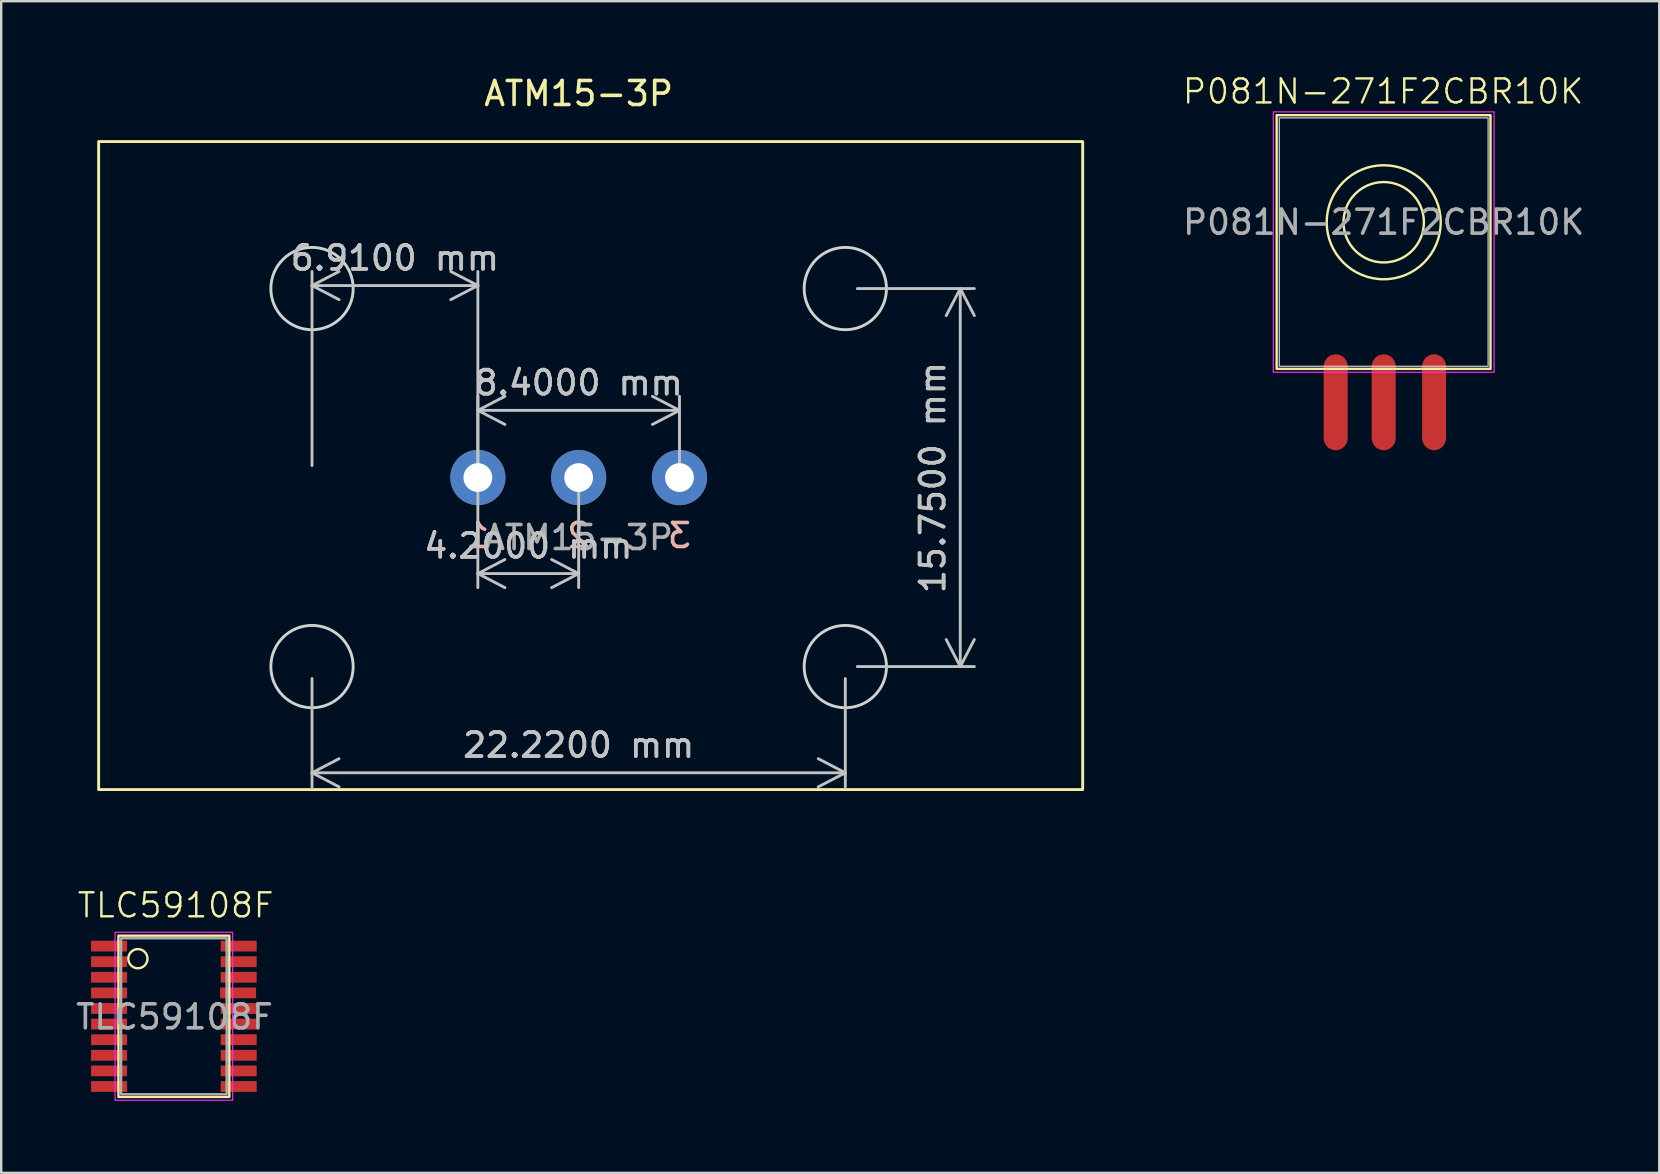
<source format=kicad_pcb>
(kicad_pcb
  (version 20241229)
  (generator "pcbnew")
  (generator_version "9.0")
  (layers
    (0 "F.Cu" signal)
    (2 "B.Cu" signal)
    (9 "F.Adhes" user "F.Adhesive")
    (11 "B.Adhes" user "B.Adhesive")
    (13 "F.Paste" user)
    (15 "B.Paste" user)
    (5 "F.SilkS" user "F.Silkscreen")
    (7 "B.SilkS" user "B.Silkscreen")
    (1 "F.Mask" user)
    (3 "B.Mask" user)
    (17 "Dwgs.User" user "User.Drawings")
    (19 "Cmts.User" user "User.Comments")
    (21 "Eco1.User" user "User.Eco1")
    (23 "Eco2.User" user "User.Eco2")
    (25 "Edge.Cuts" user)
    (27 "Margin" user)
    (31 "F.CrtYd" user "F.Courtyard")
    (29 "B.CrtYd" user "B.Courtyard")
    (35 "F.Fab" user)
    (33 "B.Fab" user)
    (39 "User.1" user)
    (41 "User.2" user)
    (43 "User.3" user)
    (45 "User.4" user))
  (footprint "P081N-271F2CBR10K"
    (layer "F.Cu")
    (at 54.602 6.21)
    (property "Reference" "P081N-271F2CBR10K" (at -0.025 -5.45 0) (unlocked yes) (layer "F.SilkS") (effects (font (size 1 1) (thickness 0.1))))
    (attr smd)
    (fp_rect (start -4.46 -4.46) (end 4.45 6.11) (stroke (width 0.1) (type default)) (fill no) (layer "F.SilkS"))
    (fp_circle (center 0 0) (end 1.675 0) (stroke (width 0.1) (type default)) (fill no) (layer "F.SilkS"))
    (fp_circle (center 0 0) (end 2.375 0) (stroke (width 0.1) (type default)) (fill no) (layer "F.SilkS"))
    (fp_rect (start -4.35 -4.35) (end 4.35 6) (stroke (width 0.05) (type default)) (fill no) (layer "Edge.Cuts"))
    (fp_rect (start -4.6 -4.6) (end 4.6 6.25) (stroke (width 0.05) (type default)) (fill no) (layer "F.CrtYd"))
    (fp_text user "${REFERENCE}" (at 0 0 0) (unlocked yes) (layer "F.Fab") (effects (font (size 1 1) (thickness 0.15))))
    (pad "1" smd roundrect (at -2 7.5) (size 1 4) (layers "F.Cu" "F.Mask" "F.Paste") (roundrect_rratio 0.5))
    (pad "2" smd roundrect (at 0 7.5) (size 1 4) (layers "F.Cu" "F.Mask" "F.Paste") (roundrect_rratio 0.5))
    (pad "3" smd roundrect (at 2.1 7.5) (size 1 4) (layers "F.Cu" "F.Mask" "F.Paste") (roundrect_rratio 0.5)))
  (footprint "TLC59108F"
    (layer "F.Cu")
    (at 4.195 39.294)
    (property "Reference" "TLC59108F" (at 0.075 -4.625 0) (unlocked yes) (layer "F.SilkS") (effects (font (size 1 1) (thickness 0.1))))
    (attr smd)
    (fp_rect (start -2.31 -3.36) (end 2.31 3.36) (stroke (width 0.1) (type default)) (fill no) (layer "F.SilkS"))
    (fp_circle (center -1.5 -2.4) (end -1.1 -2.4) (stroke (width 0.1) (type default)) (fill no) (layer "F.SilkS"))
    (fp_rect (start -2.45 -3.5) (end 2.45 3.5) (stroke (width 0.05) (type default)) (fill no) (layer "F.CrtYd"))
    (fp_rect (start -2.2 -3.25) (end 2.2 3.25) (stroke (width 0.1) (type default)) (fill no) (layer "F.Fab"))
    (fp_text user "${REFERENCE}" (at 0.025 0.025 0) (unlocked yes) (layer "F.Fab") (effects (font (size 1 1) (thickness 0.15))))
    (pad "1" smd rect (at -2.7 -2.925) (size 1.5 0.45) (layers "F.Cu" "F.Mask" "F.Paste"))
    (pad "2" smd rect (at -2.7 -2.275) (size 1.5 0.45) (layers "F.Cu" "F.Mask" "F.Paste"))
    (pad "3" smd rect (at -2.7 -1.625) (size 1.5 0.45) (layers "F.Cu" "F.Mask" "F.Paste"))
    (pad "4" smd rect (at -2.7 -0.975) (size 1.5 0.45) (layers "F.Cu" "F.Mask" "F.Paste"))
    (pad "5" smd rect (at -2.7 -0.325) (size 1.5 0.45) (layers "F.Cu" "F.Mask" "F.Paste"))
    (pad "6" smd rect (at -2.7 0.325) (size 1.5 0.45) (layers "F.Cu" "F.Mask" "F.Paste"))
    (pad "7" smd rect (at -2.7 0.975) (size 1.5 0.45) (layers "F.Cu" "F.Mask" "F.Paste"))
    (pad "8" smd rect (at -2.7 1.625) (size 1.5 0.45) (layers "F.Cu" "F.Mask" "F.Paste"))
    (pad "9" smd rect (at -2.7 2.275) (size 1.5 0.45) (layers "F.Cu" "F.Mask" "F.Paste"))
    (pad "10" smd rect (at -2.7 2.925) (size 1.5 0.45) (layers "F.Cu" "F.Mask" "F.Paste"))
    (pad "11" smd rect (at 2.7 2.925) (size 1.5 0.45) (layers "F.Cu" "F.Mask" "F.Paste"))
    (pad "12" smd rect (at 2.7 2.275) (size 1.5 0.45) (layers "F.Cu" "F.Mask" "F.Paste"))
    (pad "13" smd rect (at 2.7 1.625) (size 1.5 0.45) (layers "F.Cu" "F.Mask" "F.Paste"))
    (pad "14" smd rect (at 2.7 0.975) (size 1.5 0.45) (layers "F.Cu" "F.Mask" "F.Paste"))
    (pad "15" smd rect (at 2.7 0.325) (size 1.5 0.45) (layers "F.Cu" "F.Mask" "F.Paste"))
    (pad "16" smd rect (at 2.7 -0.325) (size 1.5 0.45) (layers "F.Cu" "F.Mask" "F.Paste"))
    (pad "17" smd rect (at 2.675 -0.975) (size 1.5 0.45) (layers "F.Cu" "F.Mask" "F.Paste"))
    (pad "18" smd rect (at 2.7 -1.625) (size 1.5 0.45) (layers "F.Cu" "F.Mask" "F.Paste"))
    (pad "19" smd rect (at 2.7 -2.275) (size 1.5 0.45) (layers "F.Cu" "F.Mask" "F.Paste"))
    (pad "20" smd rect (at 2.7 -2.925) (size 1.5 0.45) (layers "F.Cu" "F.Mask" "F.Paste")))
  (footprint "ATM15-3P"
    (layer "F.Cu")
    (at 21.06 16.848)
    (property "Reference" "ATM15-3P" (at 0 -16 0) (unlocked yes) (layer "F.SilkS") (effects (font (size 1 1) (thickness 0.15))))
    (attr through_hole)
    (fp_rect (start -20 -14) (end 21 13) (stroke (width 0.12) (type default)) (fill no) (layer "F.SilkS"))
    (fp_circle (center -11.11 -7.875) (end -9.395 -7.875) (stroke (width 0.12) (type default)) (fill no) (layer "Edge.Cuts"))
    (fp_circle (center -11.11 7.875) (end -9.395 7.875) (stroke (width 0.12) (type default)) (fill no) (layer "Edge.Cuts"))
    (fp_circle (center 11.11 -7.875) (end 12.825 -7.875) (stroke (width 0.12) (type default)) (fill no) (layer "Edge.Cuts"))
    (fp_circle (center 11.11 7.875) (end 12.825 7.875) (stroke (width 0.12) (type default)) (fill no) (layer "Edge.Cuts"))
    (fp_rect (start -21 -15) (end 22 14) (stroke (width 0.12) (type default)) (fill no) (layer "Margin"))
    (fp_text user "1" (at -4.2 3 0) (unlocked yes) (layer "B.SilkS") (effects (font (size 1 1) (thickness 0.15)) (justify bottom mirror)))
    (fp_text user "3" (at 4.2 3 0) (unlocked yes) (layer "B.SilkS") (effects (font (size 1 1) (thickness 0.15)) (justify bottom mirror)))
    (fp_text user "2" (at 0 3 0) (unlocked yes) (layer "B.SilkS") (effects (font (size 1 1) (thickness 0.15)) (justify bottom mirror)))
    (fp_text user "${REFERENCE}" (at 0 2.5 0) (unlocked yes) (layer "F.Fab") (effects (font (size 1 1) (thickness 0.15))))
    (dimension (type aligned) (layer "Dwgs.User") (pts (xy 16.86 16.848) (xy 25.26 16.848)) (height -2.8) (format (prefix "") (suffix "") (units 3) (units_format 1) (precision 4)) (style (thickness 0.12) (arrow_length 1.27) (text_position_mode 0) (arrow_direction outward) (extension_height 0.586) (extension_offset 0.5) (keep_text_aligned yes)) (gr_text "8.4000 mm" (at 21.06 12.898 0) (layer "Dwgs.User") (effects (font (size 1 1) (thickness 0.15)))))
    (dimension (type aligned) (layer "Dwgs.User") (pts (xy 32.17 24.723) (xy 9.95 24.723)) (height -4.425) (format (prefix "") (suffix "") (units 3) (units_format 1) (precision 4)) (style (thickness 0.12) (arrow_length 1.27) (text_position_mode 0) (arrow_direction outward) (extension_height 0.586) (extension_offset 0.5) (keep_text_aligned yes)) (gr_text "22.2200 mm" (at 21.06 27.998 0) (layer "Dwgs.User") (effects (font (size 1 1) (thickness 0.15)))))
    (dimension (type aligned) (layer "Dwgs.User") (pts (xy 16.86 16.848) (xy 9.95 16.848)) (height 8) (format (prefix "") (suffix "") (units 3) (units_format 1) (precision 4)) (style (thickness 0.12) (arrow_length 1.27) (text_position_mode 0) (arrow_direction outward) (extension_height 0.586) (extension_offset 0.5) (keep_text_aligned yes)) (gr_text "6.9100 mm" (at 13.405 7.698 0) (layer "Dwgs.User") (effects (font (size 1 1) (thickness 0.15)))))
    (dimension (type aligned) (layer "Dwgs.User") (pts (xy 16.86 16.848) (xy 21.06 16.848)) (height 4) (format (prefix "") (suffix "") (units 3) (units_format 1) (precision 4)) (style (thickness 0.12) (arrow_length 1.27) (text_position_mode 0) (arrow_direction outward) (extension_height 0.586) (extension_offset 0.5) (keep_text_aligned yes)) (gr_text "4.2000 mm" (at 18.96 19.698 0) (layer "Dwgs.User") (effects (font (size 1 1) (thickness 0.15)))))
    (dimension (type aligned) (layer "Dwgs.User") (pts (xy 32.17 8.973) (xy 32.17 24.723)) (height -4.79) (format (prefix "") (suffix "") (units 3) (units_format 1) (precision 4)) (style (thickness 0.12) (arrow_length 1.27) (text_position_mode 0) (arrow_direction outward) (extension_height 0.586) (extension_offset 0.5) (keep_text_aligned yes)) (gr_text "15.7500 mm" (at 35.81 16.848 90) (layer "Dwgs.User") (effects (font (size 1 1) (thickness 0.15)))))
    (pad "1" thru_hole circle (at -4.2 0) (size 2.3 2.3) (drill 1.2) (layers "*.Cu" "*.Mask"))
    (pad "2" thru_hole circle (at 0 0) (size 2.3 2.3) (drill 1.2) (layers "*.Cu" "*.Mask"))
    (pad "3" thru_hole circle (at 4.2 0) (size 2.3 2.3) (drill 1.2) (layers "*.Cu" "*.Mask")))
  (gr_rect
    (start -3 -3)
    (end 66.084 45.819)
    (stroke (width 0.1) (type default))
    (fill no)
    (layer "Edge.Cuts")))
</source>
